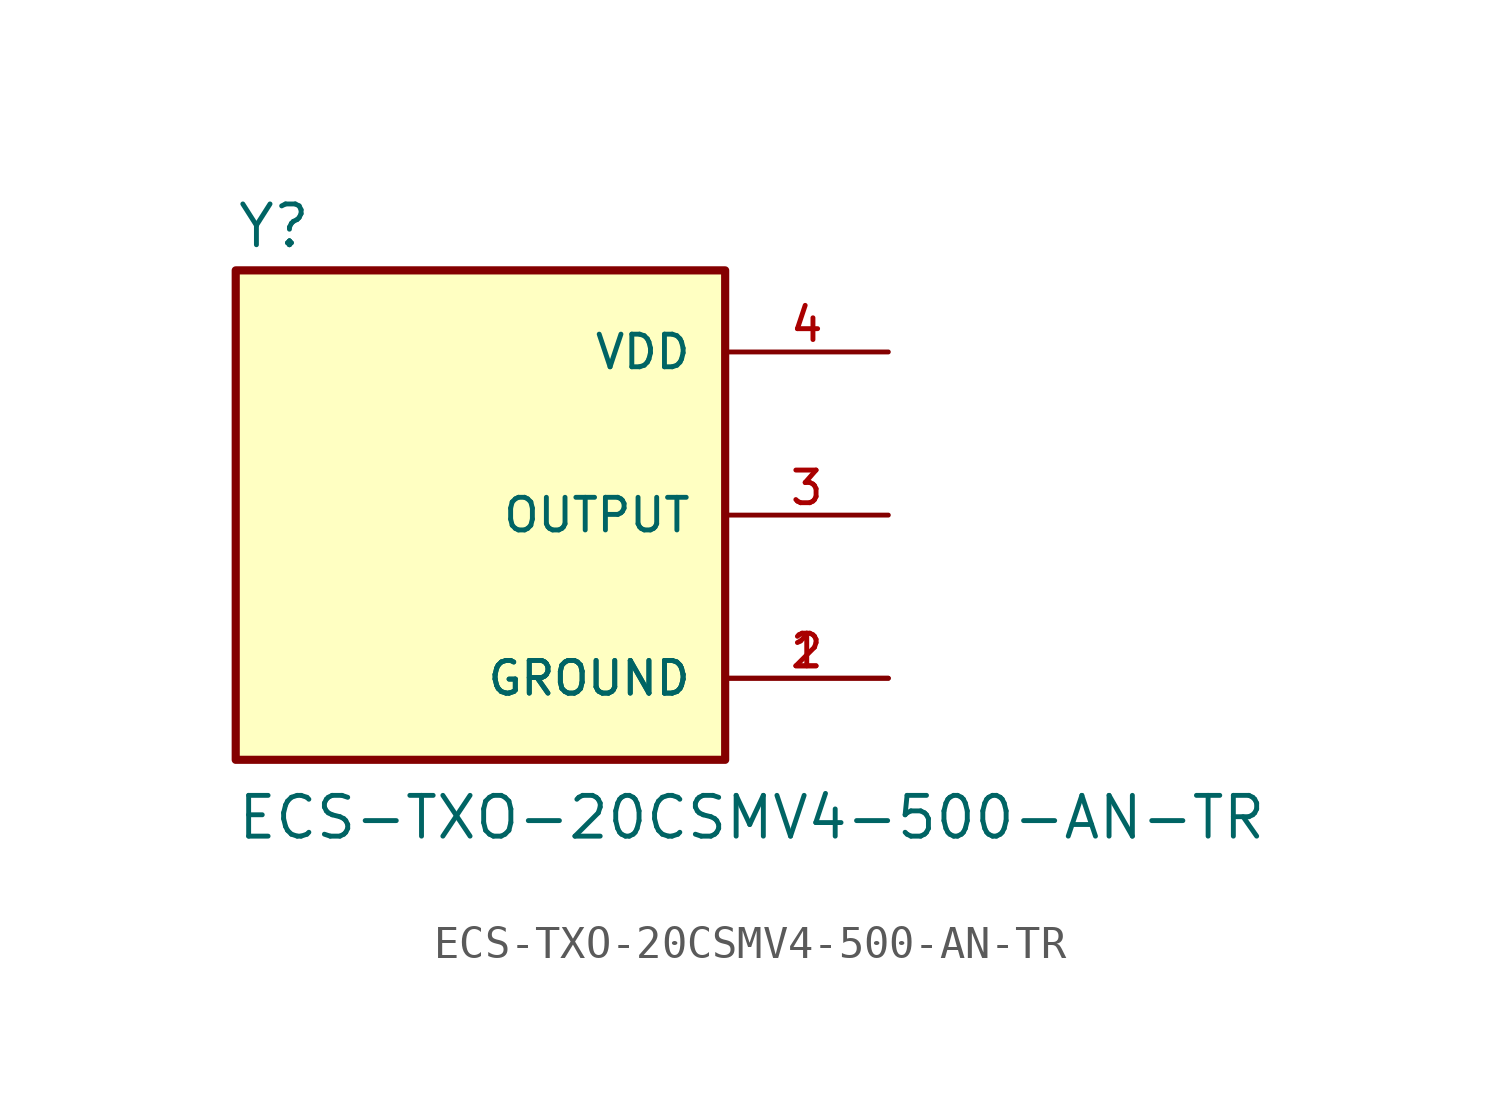
<source format=kicad_sym>
(kicad_symbol_lib
  (version 20211014)
  (generator kicad_symbol_editor)
  (symbol "ECS-TXO-20CSMV4-500-AN-TR"
    (pin_names
      (offset 1.016))
    (property "Reference" "Y"
      (at -7.62 8.255 0)
      (effects (font (size 1.27 1.27)) (justify bottom left)))
    (property "Value" "ECS-TXO-20CSMV4-500-AN-TR"
      (at -7.62 -10.16 0)
      (effects (font (size 1.27 1.27)) (justify bottom left)))
    (symbol "ECS-TXO-20CSMV4-500-AN-TR_0_0"
      (rectangle (start -7.62 -7.62) (end 7.62 7.62) (stroke (width 0.254)) (fill (type background)))
      (pin power_in line (at 12.7 -5.08 180.0) (length 5.08) (name "GROUND" (effects (font (size 1.016 1.016)))) (number "1" (effects (font (size 1.016 1.016)))))
      (pin power_in line (at 12.7 -5.08 180.0) (length 5.08) (name "GROUND" (effects (font (size 1.016 1.016)))) (number "2" (effects (font (size 1.016 1.016)))))
      (pin output line (at 12.7 0.0 180.0) (length 5.08) (name "OUTPUT" (effects (font (size 1.016 1.016)))) (number "3" (effects (font (size 1.016 1.016)))))
      (pin power_in line (at 12.7 5.08 180.0) (length 5.08) (name "VDD" (effects (font (size 1.016 1.016)))) (number "4" (effects (font (size 1.016 1.016))))))))
</source>
